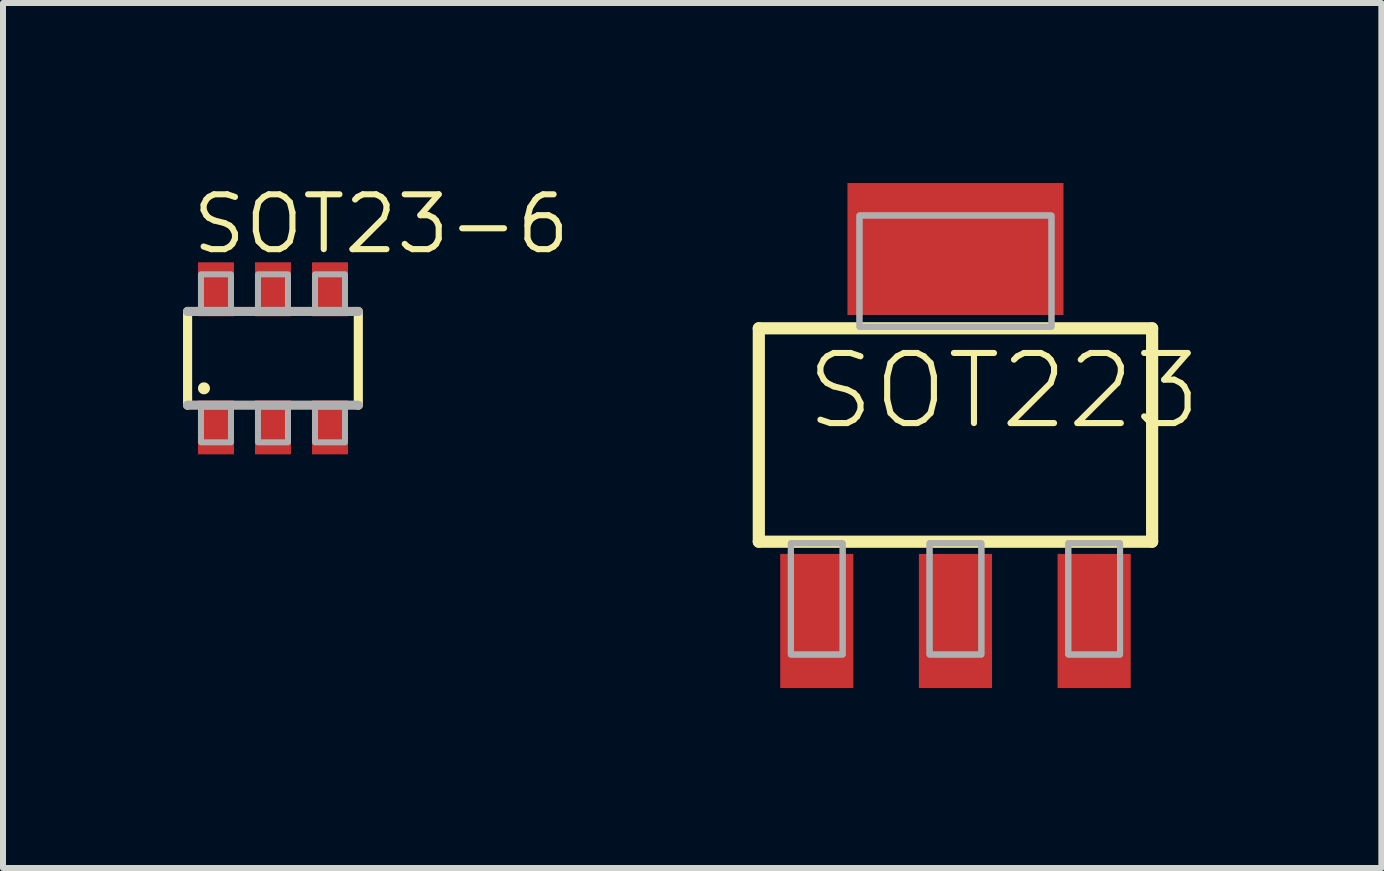
<source format=kicad_pcb>
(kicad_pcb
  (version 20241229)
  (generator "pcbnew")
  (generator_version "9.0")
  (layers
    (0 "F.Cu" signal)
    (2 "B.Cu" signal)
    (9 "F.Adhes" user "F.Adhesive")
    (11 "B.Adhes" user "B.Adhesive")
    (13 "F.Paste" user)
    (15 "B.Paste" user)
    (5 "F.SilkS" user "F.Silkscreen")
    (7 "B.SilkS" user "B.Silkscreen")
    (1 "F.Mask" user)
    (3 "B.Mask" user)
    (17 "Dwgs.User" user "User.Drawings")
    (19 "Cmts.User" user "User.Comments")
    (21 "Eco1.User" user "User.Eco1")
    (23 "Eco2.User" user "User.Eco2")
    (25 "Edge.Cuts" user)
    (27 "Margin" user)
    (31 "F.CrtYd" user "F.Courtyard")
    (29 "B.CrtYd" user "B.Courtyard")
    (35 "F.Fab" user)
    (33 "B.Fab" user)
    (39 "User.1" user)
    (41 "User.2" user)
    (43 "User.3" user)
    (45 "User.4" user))
  (footprint "SOT223"
    (layer "F.Cu")
    (at 12.872 4.199)
    (property "Reference" "SOT223" (at -2.54 -0.051 0) (layer "F.SilkS") (effects (font (size 1.168 1.168) (thickness 0.102)) (justify left bottom)))
    (fp_line (start -3.277 -1.778) (end 3.277 -1.778) (stroke (width 0.203) (type solid)) (layer "F.SilkS"))
    (fp_line (start -3.277 1.778) (end -3.277 -1.778) (stroke (width 0.203) (type solid)) (layer "F.SilkS"))
    (fp_line (start 3.277 -1.778) (end 3.277 1.778) (stroke (width 0.203) (type solid)) (layer "F.SilkS"))
    (fp_line (start 3.277 1.778) (end -3.277 1.778) (stroke (width 0.203) (type solid)) (layer "F.SilkS"))
    (fp_poly (pts (xy -2.743 3.658) (xy -1.88 3.658) (xy -1.88 1.803) (xy -2.743 1.803)) (stroke (width 0.1) (type default)) (fill no) (layer "F.Fab"))
    (fp_poly (pts (xy -2.743 3.658) (xy -1.88 3.658) (xy -1.88 1.803) (xy -2.743 1.803)) (stroke (width 0.1) (type default)) (fill no) (layer "F.Fab"))
    (fp_poly (pts (xy -1.6 -1.803) (xy 1.6 -1.803) (xy 1.6 -3.658) (xy -1.6 -3.658)) (stroke (width 0.1) (type default)) (fill no) (layer "F.Fab"))
    (fp_poly (pts (xy -1.6 -1.803) (xy 1.6 -1.803) (xy 1.6 -3.658) (xy -1.6 -3.658)) (stroke (width 0.1) (type default)) (fill no) (layer "F.Fab"))
    (fp_poly (pts (xy -0.432 3.658) (xy 0.432 3.658) (xy 0.432 1.803) (xy -0.432 1.803)) (stroke (width 0.1) (type default)) (fill no) (layer "F.Fab"))
    (fp_poly (pts (xy -0.432 3.658) (xy 0.432 3.658) (xy 0.432 1.803) (xy -0.432 1.803)) (stroke (width 0.1) (type default)) (fill no) (layer "F.Fab"))
    (fp_poly (pts (xy 1.88 3.658) (xy 2.743 3.658) (xy 2.743 1.803) (xy 1.88 1.803)) (stroke (width 0.1) (type default)) (fill no) (layer "F.Fab"))
    (fp_poly (pts (xy 1.88 3.658) (xy 2.743 3.658) (xy 2.743 1.803) (xy 1.88 1.803)) (stroke (width 0.1) (type default)) (fill no) (layer "F.Fab"))
    (pad "1" smd rect (at -2.311 3.099) (size 1.219 2.235) (layers "F.Cu" "F.Mask" "F.Paste"))
    (pad "2" smd rect (at 0 3.099) (size 1.219 2.235) (layers "F.Cu" "F.Mask" "F.Paste"))
    (pad "3" smd rect (at 2.311 3.099) (size 1.219 2.235) (layers "F.Cu" "F.Mask" "F.Paste"))
    (pad "4" smd rect (at 0 -3.099) (size 3.6 2.2) (layers "F.Cu" "F.Mask" "F.Paste")))
  (footprint "SOT23-6"
    (layer "F.Cu")
    (at 1.499 2.921)
    (property "Reference" "SOT23-6" (at -1.397 -1.702 0) (layer "F.SilkS") (effects (font (size 0.914 0.914) (thickness 0.102)) (justify left bottom)))
    (fp_line (start -1.423 0.781) (end -1.423 -0.781) (stroke (width 0.152) (type solid)) (layer "F.SilkS"))
    (fp_line (start 1.422 -0.781) (end 1.422 0.781) (stroke (width 0.152) (type solid)) (layer "F.SilkS"))
    (fp_circle (center -1.15 0.5) (end -1.1 0.5) (stroke (width 0.1) (type solid)) (fill yes) (layer "F.SilkS"))
    (fp_line (start -1.423 -0.781) (end 1.422 -0.781) (stroke (width 0.152) (type solid)) (layer "F.Fab"))
    (fp_line (start 1.422 0.781) (end -1.423 0.781) (stroke (width 0.152) (type solid)) (layer "F.Fab"))
    (fp_poly (pts (xy -1.2 -0.8) (xy -0.7 -0.8) (xy -0.7 -1.4) (xy -1.2 -1.4)) (stroke (width 0.1) (type default)) (fill no) (layer "F.Fab"))
    (fp_poly (pts (xy -1.2 1.4) (xy -0.7 1.4) (xy -0.7 0.8) (xy -1.2 0.8)) (stroke (width 0.1) (type default)) (fill no) (layer "F.Fab"))
    (fp_poly (pts (xy -0.25 -0.8) (xy 0.25 -0.8) (xy 0.25 -1.4) (xy -0.25 -1.4)) (stroke (width 0.1) (type default)) (fill no) (layer "F.Fab"))
    (fp_poly (pts (xy -0.25 1.4) (xy 0.25 1.4) (xy 0.25 0.8) (xy -0.25 0.8)) (stroke (width 0.1) (type default)) (fill no) (layer "F.Fab"))
    (fp_poly (pts (xy 0.7 -0.8) (xy 1.2 -0.8) (xy 1.2 -1.4) (xy 0.7 -1.4)) (stroke (width 0.1) (type default)) (fill no) (layer "F.Fab"))
    (fp_poly (pts (xy 0.7 1.4) (xy 1.2 1.4) (xy 1.2 0.8) (xy 0.7 0.8)) (stroke (width 0.1) (type default)) (fill no) (layer "F.Fab"))
    (pad "1" smd rect (at -0.95 1.15) (size 0.6 0.9) (layers "F.Cu" "F.Mask" "F.Paste"))
    (pad "2" smd rect (at 0 1.15) (size 0.6 0.9) (layers "F.Cu" "F.Mask" "F.Paste"))
    (pad "3" smd rect (at 0.95 1.15) (size 0.6 0.9) (layers "F.Cu" "F.Mask" "F.Paste"))
    (pad "4" smd rect (at 0.95 -1.15) (size 0.6 0.9) (layers "F.Cu" "F.Mask" "F.Paste"))
    (pad "5" smd rect (at 0 -1.15) (size 0.6 0.9) (layers "F.Cu" "F.Mask" "F.Paste"))
    (pad "6" smd rect (at -0.95 -1.15) (size 0.6 0.9) (layers "F.Cu" "F.Mask" "F.Paste")))
  (gr_rect
    (start -3 -3)
    (end 19.969 11.415)
    (stroke (width 0.1) (type default))
    (fill no)
    (layer "Edge.Cuts")))
</source>
